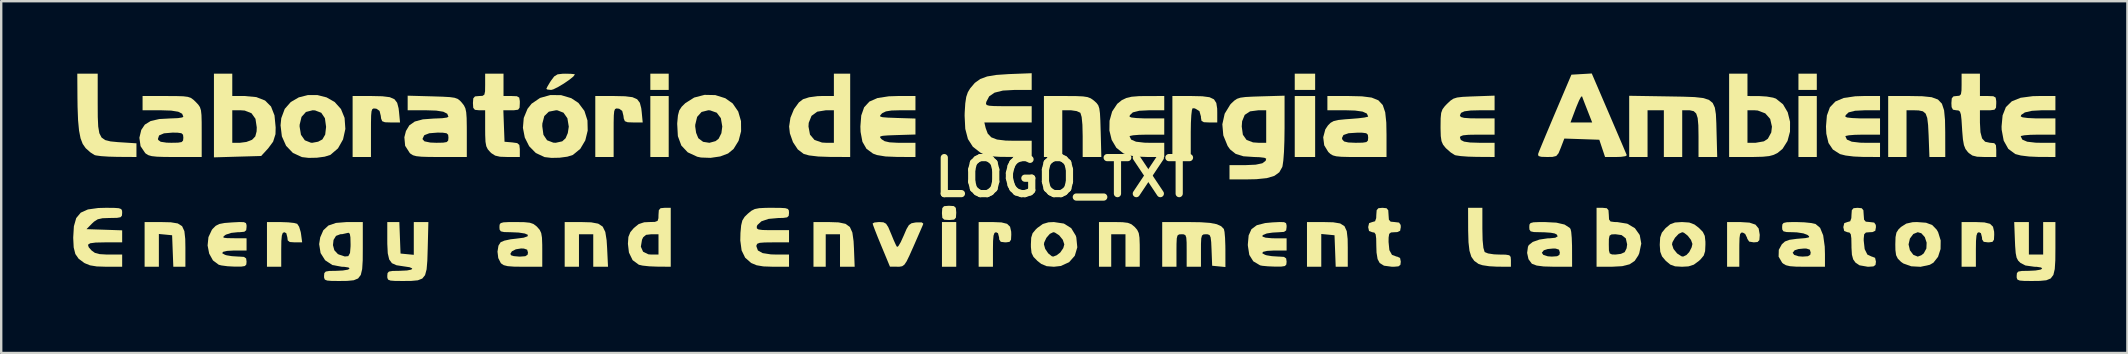
<source format=kicad_pcb>
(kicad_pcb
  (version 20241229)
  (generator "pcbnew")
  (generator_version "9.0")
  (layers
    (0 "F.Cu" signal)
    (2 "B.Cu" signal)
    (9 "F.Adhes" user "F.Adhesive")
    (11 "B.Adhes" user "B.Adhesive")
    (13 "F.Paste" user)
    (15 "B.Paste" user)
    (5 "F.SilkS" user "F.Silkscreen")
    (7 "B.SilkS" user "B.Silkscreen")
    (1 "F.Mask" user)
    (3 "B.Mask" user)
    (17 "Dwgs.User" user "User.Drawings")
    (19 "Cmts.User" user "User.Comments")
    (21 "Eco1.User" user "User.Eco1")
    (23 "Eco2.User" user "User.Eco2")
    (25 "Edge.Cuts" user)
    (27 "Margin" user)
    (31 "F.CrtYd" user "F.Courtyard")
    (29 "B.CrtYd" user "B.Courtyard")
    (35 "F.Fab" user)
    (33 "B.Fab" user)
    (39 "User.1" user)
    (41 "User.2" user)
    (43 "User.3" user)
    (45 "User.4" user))
  (footprint "LOGO_TXT"
    (layer "F.Cu")
    (at 41.286 4.337)
    (property "Reference" "LOGO_TXT" (at 0 0 0) (layer "F.SilkS") (effects (font (size 1.5 1.5) (thickness 0.3))))
    (attr board_only exclude_from_pos_files exclude_from_bom)
    (fp_poly (pts (xy -16.48 -3.979) (xy -16.48 -3.641) (xy -16.863 -3.641) (xy -17.245 -3.641) (xy -17.245 -3.979) (xy -17.245 -4.318) (xy -16.863 -4.318) (xy -16.48 -4.318)) (stroke (width 0) (type solid)) (fill yes) (layer "F.SilkS"))
    (fp_poly (pts (xy -16.48 -2.117) (xy -16.48 -0.847) (xy -16.863 -0.847) (xy -17.245 -0.847) (xy -17.245 -2.117) (xy -17.245 -3.387) (xy -16.863 -3.387) (xy -16.48 -3.387)) (stroke (width 0) (type solid)) (fill yes) (layer "F.SilkS"))
    (fp_poly (pts (xy -4.502 2.794) (xy -4.502 3.725) (xy -4.8 3.725) (xy -5.097 3.725) (xy -5.097 2.794) (xy -5.097 1.863) (xy -4.8 1.863) (xy -4.502 1.863)) (stroke (width 0) (type solid)) (fill yes) (layer "F.SilkS"))
    (fp_poly (pts (xy 10.449 -3.979) (xy 10.449 -3.641) (xy 10.024 -3.641) (xy 9.599 -3.641) (xy 9.599 -3.979) (xy 9.599 -4.318) (xy 10.024 -4.318) (xy 10.449 -4.318)) (stroke (width 0) (type solid)) (fill yes) (layer "F.SilkS"))
    (fp_poly (pts (xy 10.449 -2.117) (xy 10.449 -0.847) (xy 10.024 -0.847) (xy 9.599 -0.847) (xy 9.599 -2.117) (xy 9.599 -3.387) (xy 10.024 -3.387) (xy 10.449 -3.387)) (stroke (width 0) (type solid)) (fill yes) (layer "F.SilkS"))
    (fp_poly (pts (xy 31.346 -3.979) (xy 31.346 -3.641) (xy 30.964 -3.641) (xy 30.582 -3.641) (xy 30.582 -3.979) (xy 30.582 -4.318) (xy 30.964 -4.318) (xy 31.346 -4.318)) (stroke (width 0) (type solid)) (fill yes) (layer "F.SilkS"))
    (fp_poly (pts (xy 31.346 -2.117) (xy 31.346 -0.847) (xy 30.964 -0.847) (xy 30.582 -0.847) (xy 30.582 -2.117) (xy 30.582 -3.387) (xy 30.964 -3.387) (xy 31.346 -3.387)) (stroke (width 0) (type solid)) (fill yes) (layer "F.SilkS"))
    (fp_poly (pts (xy -4.6 1.198) (xy -4.519 1.272) (xy -4.502 1.459) (xy -4.502 1.482) (xy -4.515 1.68) (xy -4.59 1.762) (xy -4.777 1.778) (xy -4.8 1.778) (xy -4.999 1.765) (xy -5.081 1.691) (xy -5.097 1.504) (xy -5.097 1.482) (xy -5.084 1.283) (xy -5.01 1.202) (xy -4.822 1.185) (xy -4.8 1.185)) (stroke (width 0) (type solid)) (fill yes) (layer "F.SilkS"))
    (fp_poly (pts (xy -20.556 -4.312) (xy -20.411 -4.297) (xy -20.388 -4.287) (xy -20.455 -4.197) (xy -20.626 -4.059) (xy -20.852 -3.904) (xy -21.088 -3.763) (xy -21.285 -3.666) (xy -21.379 -3.641) (xy -21.532 -3.657) (xy -21.577 -3.684) (xy -21.535 -3.776) (xy -21.43 -3.953) (xy -21.386 -4.022) (xy -21.25 -4.203) (xy -21.109 -4.29) (xy -20.891 -4.316) (xy -20.791 -4.317)) (stroke (width 0) (type solid)) (fill yes) (layer "F.SilkS"))
    (fp_poly (pts (xy -37.222 1.873) (xy -36.93 1.921) (xy -36.75 2.035) (xy -36.655 2.243) (xy -36.619 2.57) (xy -36.613 2.926) (xy -36.613 3.725) (xy -36.865 3.725) (xy -37.116 3.725) (xy -37.141 3.069) (xy -37.166 2.413) (xy -37.442 2.386) (xy -37.718 2.36) (xy -37.718 3.043) (xy -37.718 3.725) (xy -38.015 3.725) (xy -38.312 3.725) (xy -38.312 2.794) (xy -38.312 1.863) (xy -37.652 1.863)) (stroke (width 0) (type solid)) (fill yes) (layer "F.SilkS"))
    (fp_poly (pts (xy -19.712 1.875) (xy -19.417 1.93) (xy -19.229 2.054) (xy -19.121 2.275) (xy -19.066 2.619) (xy -19.045 2.951) (xy -19.008 3.725) (xy -19.316 3.725) (xy -19.623 3.725) (xy -19.623 3.048) (xy -19.623 2.371) (xy -19.921 2.371) (xy -20.218 2.371) (xy -20.218 3.048) (xy -20.218 3.725) (xy -20.515 3.725) (xy -20.813 3.725) (xy -20.813 2.794) (xy -20.813 1.863) (xy -20.143 1.863)) (stroke (width 0) (type solid)) (fill yes) (layer "F.SilkS"))
    (fp_poly (pts (xy -9.403 1.877) (xy -9.116 1.937) (xy -8.933 2.069) (xy -8.829 2.3) (xy -8.779 2.657) (xy -8.763 2.956) (xy -8.733 3.725) (xy -9.039 3.725) (xy -9.344 3.725) (xy -9.344 3.048) (xy -9.344 2.371) (xy -9.642 2.371) (xy -9.939 2.371) (xy -9.939 3.048) (xy -9.939 3.725) (xy -10.194 3.725) (xy -10.449 3.725) (xy -10.449 2.794) (xy -10.449 1.863) (xy -9.821 1.863)) (stroke (width 0) (type solid)) (fill yes) (layer "F.SilkS"))
    (fp_poly (pts (xy 11.2 1.873) (xy 11.491 1.921) (xy 11.671 2.035) (xy 11.766 2.243) (xy 11.803 2.57) (xy 11.808 2.926) (xy 11.808 3.725) (xy 11.557 3.725) (xy 11.305 3.725) (xy 11.281 3.069) (xy 11.256 2.413) (xy 10.98 2.386) (xy 10.704 2.36) (xy 10.704 3.043) (xy 10.704 3.725) (xy 10.406 3.725) (xy 10.109 3.725) (xy 10.109 2.794) (xy 10.109 1.863) (xy 10.77 1.863)) (stroke (width 0) (type solid)) (fill yes) (layer "F.SilkS"))
    (fp_poly (pts (xy -32.642 1.864) (xy -32.333 1.875) (xy -32.085 1.901) (xy -31.956 1.936) (xy -31.875 2.06) (xy -31.809 2.28) (xy -31.796 2.358) (xy -31.749 2.709) (xy -32.057 2.709) (xy -32.263 2.695) (xy -32.35 2.629) (xy -32.366 2.498) (xy -32.41 2.327) (xy -32.493 2.286) (xy -32.557 2.317) (xy -32.596 2.429) (xy -32.616 2.651) (xy -32.621 3.006) (xy -32.621 3.725) (xy -32.918 3.725) (xy -33.215 3.725) (xy -33.215 2.794) (xy -33.215 1.863)) (stroke (width 0) (type solid)) (fill yes) (layer "F.SilkS"))
    (fp_poly (pts (xy -2.619 1.878) (xy -2.385 1.936) (xy -2.26 2.057) (xy -2.213 2.263) (xy -2.209 2.388) (xy -2.22 2.598) (xy -2.281 2.688) (xy -2.43 2.709) (xy -2.464 2.709) (xy -2.646 2.687) (xy -2.712 2.59) (xy -2.718 2.498) (xy -2.763 2.327) (xy -2.846 2.286) (xy -2.91 2.317) (xy -2.949 2.429) (xy -2.968 2.651) (xy -2.973 3.006) (xy -2.973 3.725) (xy -3.271 3.725) (xy -3.568 3.725) (xy -3.568 2.794) (xy -3.568 1.863) (xy -2.99 1.863)) (stroke (width 0) (type solid)) (fill yes) (layer "F.SilkS"))
    (fp_poly (pts (xy 2.426 1.869) (xy 2.647 1.896) (xy 2.797 1.956) (xy 2.925 2.06) (xy 2.935 2.07) (xy 3.037 2.189) (xy 3.1 2.322) (xy 3.131 2.513) (xy 3.142 2.808) (xy 3.143 3.002) (xy 3.143 3.725) (xy 2.846 3.725) (xy 2.548 3.725) (xy 2.548 3.048) (xy 2.548 2.371) (xy 2.251 2.371) (xy 1.954 2.371) (xy 1.954 3.048) (xy 1.954 3.725) (xy 1.699 3.725) (xy 1.444 3.725) (xy 1.444 2.794) (xy 1.444 1.863) (xy 2.085 1.863)) (stroke (width 0) (type solid)) (fill yes) (layer "F.SilkS"))
    (fp_poly (pts (xy 28.542 1.887) (xy 28.791 1.97) (xy 28.924 2.131) (xy 28.968 2.385) (xy 28.968 2.419) (xy 28.953 2.616) (xy 28.878 2.695) (xy 28.719 2.709) (xy 28.529 2.677) (xy 28.45 2.558) (xy 28.443 2.52) (xy 28.363 2.358) (xy 28.267 2.302) (xy 28.195 2.305) (xy 28.15 2.37) (xy 28.127 2.528) (xy 28.119 2.808) (xy 28.118 2.999) (xy 28.118 3.725) (xy 27.864 3.725) (xy 27.609 3.725) (xy 27.609 2.794) (xy 27.609 1.863) (xy 28.155 1.863)) (stroke (width 0) (type solid)) (fill yes) (layer "F.SilkS"))
    (fp_poly (pts (xy 38.327 1.878) (xy 38.561 1.936) (xy 38.686 2.057) (xy 38.733 2.263) (xy 38.737 2.388) (xy 38.726 2.598) (xy 38.665 2.688) (xy 38.516 2.709) (xy 38.482 2.709) (xy 38.3 2.687) (xy 38.234 2.59) (xy 38.227 2.498) (xy 38.183 2.327) (xy 38.1 2.286) (xy 38.036 2.317) (xy 37.997 2.429) (xy 37.978 2.651) (xy 37.973 3.006) (xy 37.973 3.725) (xy 37.675 3.725) (xy 37.378 3.725) (xy 37.378 2.794) (xy 37.378 1.863) (xy 37.956 1.863)) (stroke (width 0) (type solid)) (fill yes) (layer "F.SilkS"))
    (fp_poly (pts (xy 35.745 -3.378) (xy 36.129 -3.338) (xy 36.393 -3.241) (xy 36.558 -3.067) (xy 36.649 -2.791) (xy 36.687 -2.391) (xy 36.696 -1.884) (xy 36.698 -0.847) (xy 36.368 -0.847) (xy 36.038 -0.847) (xy 36.005 -1.74) (xy 35.983 -2.177) (xy 35.947 -2.473) (xy 35.88 -2.655) (xy 35.766 -2.75) (xy 35.589 -2.787) (xy 35.403 -2.793) (xy 35.084 -2.794) (xy 35.084 -1.82) (xy 35.084 -0.847) (xy 34.702 -0.847) (xy 34.32 -0.847) (xy 34.32 -2.117) (xy 34.32 -3.387) (xy 35.217 -3.387)) (stroke (width 0) (type solid)) (fill yes) (layer "F.SilkS"))
    (fp_poly (pts (xy 5.747 -3.377) (xy 6.049 -3.337) (xy 6.234 -3.249) (xy 6.332 -3.097) (xy 6.368 -2.862) (xy 6.371 -2.703) (xy 6.371 -2.286) (xy 6.031 -2.286) (xy 5.813 -2.296) (xy 5.716 -2.351) (xy 5.692 -2.484) (xy 5.692 -2.531) (xy 5.628 -2.759) (xy 5.443 -2.87) (xy 5.345 -2.879) (xy 5.315 -2.799) (xy 5.29 -2.583) (xy 5.273 -2.263) (xy 5.267 -1.87) (xy 5.267 -1.863) (xy 5.267 -0.847) (xy 4.885 -0.847) (xy 4.502 -0.847) (xy 4.502 -2.117) (xy 4.502 -3.387) (xy 5.303 -3.387)) (stroke (width 0) (type solid)) (fill yes) (layer "F.SilkS"))
    (fp_poly (pts (xy -28.408 -3.377) (xy -28.1 -3.339) (xy -27.904 -3.253) (xy -27.791 -3.105) (xy -27.732 -2.877) (xy -27.714 -2.724) (xy -27.672 -2.286) (xy -28.06 -2.286) (xy -28.298 -2.294) (xy -28.415 -2.338) (xy -28.461 -2.451) (xy -28.474 -2.561) (xy -28.525 -2.767) (xy -28.646 -2.854) (xy -28.692 -2.863) (xy -28.772 -2.869) (xy -28.826 -2.841) (xy -28.859 -2.752) (xy -28.876 -2.575) (xy -28.882 -2.282) (xy -28.883 -1.869) (xy -28.883 -0.847) (xy -29.265 -0.847) (xy -29.647 -0.847) (xy -29.647 -2.117) (xy -29.647 -3.387) (xy -28.857 -3.387)) (stroke (width 0) (type solid)) (fill yes) (layer "F.SilkS"))
    (fp_poly (pts (xy -18.299 -3.377) (xy -17.991 -3.339) (xy -17.795 -3.253) (xy -17.682 -3.105) (xy -17.623 -2.877) (xy -17.605 -2.724) (xy -17.563 -2.286) (xy -17.951 -2.286) (xy -18.189 -2.294) (xy -18.306 -2.338) (xy -18.352 -2.451) (xy -18.365 -2.561) (xy -18.416 -2.767) (xy -18.537 -2.854) (xy -18.583 -2.863) (xy -18.663 -2.869) (xy -18.717 -2.841) (xy -18.75 -2.752) (xy -18.767 -2.575) (xy -18.773 -2.282) (xy -18.774 -1.869) (xy -18.774 -0.847) (xy -19.156 -0.847) (xy -19.538 -0.847) (xy -19.538 -2.117) (xy -19.538 -3.387) (xy -18.748 -3.387)) (stroke (width 0) (type solid)) (fill yes) (layer "F.SilkS"))
    (fp_poly (pts (xy 17.415 2.142) (xy 17.425 2.613) (xy 17.457 2.937) (xy 17.508 3.105) (xy 17.517 3.116) (xy 17.653 3.171) (xy 17.898 3.208) (xy 18.111 3.217) (xy 18.387 3.221) (xy 18.535 3.246) (xy 18.593 3.313) (xy 18.604 3.444) (xy 18.604 3.471) (xy 18.604 3.725) (xy 18.031 3.722) (xy 17.703 3.704) (xy 17.418 3.661) (xy 17.254 3.607) (xy 17.077 3.48) (xy 16.955 3.308) (xy 16.878 3.061) (xy 16.837 2.708) (xy 16.823 2.219) (xy 16.823 2.18) (xy 16.82 1.27) (xy 17.117 1.27) (xy 17.415 1.27)) (stroke (width 0) (type solid)) (fill yes) (layer "F.SilkS"))
    (fp_poly (pts (xy -40.266 -3.061) (xy -40.263 -2.516) (xy -40.245 -2.117) (xy -40.198 -1.839) (xy -40.106 -1.659) (xy -39.955 -1.552) (xy -39.731 -1.496) (xy -39.419 -1.466) (xy -39.29 -1.458) (xy -38.652 -1.417) (xy -38.652 -1.132) (xy -38.652 -0.847) (xy -39.438 -0.852) (xy -39.805 -0.862) (xy -40.123 -0.883) (xy -40.341 -0.913) (xy -40.394 -0.927) (xy -40.568 -1.037) (xy -40.76 -1.208) (xy -40.77 -1.219) (xy -40.89 -1.39) (xy -40.98 -1.625) (xy -41.043 -1.946) (xy -41.084 -2.377) (xy -41.105 -2.942) (xy -41.11 -3.323) (xy -41.116 -4.318) (xy -40.691 -4.318) (xy -40.266 -4.318)) (stroke (width 0) (type solid)) (fill yes) (layer "F.SilkS"))
    (fp_poly (pts (xy 0.496 -3.384) (xy 0.779 -3.371) (xy 0.969 -3.342) (xy 1.104 -3.289) (xy 1.221 -3.206) (xy 1.248 -3.183) (xy 1.347 -3.092) (xy 1.415 -2.998) (xy 1.458 -2.868) (xy 1.485 -2.668) (xy 1.501 -2.366) (xy 1.514 -1.929) (xy 1.515 -1.913) (xy 1.543 -0.847) (xy 1.154 -0.847) (xy 0.765 -0.847) (xy 0.765 -1.719) (xy 0.754 -2.189) (xy 0.722 -2.514) (xy 0.671 -2.682) (xy 0.663 -2.692) (xy 0.515 -2.759) (xy 0.284 -2.793) (xy 0.238 -2.794) (xy -0.085 -2.794) (xy -0.085 -1.82) (xy -0.085 -0.847) (xy -0.467 -0.847) (xy -0.849 -0.847) (xy -0.849 -2.117) (xy -0.849 -3.387) (xy 0.08 -3.387)) (stroke (width 0) (type solid)) (fill yes) (layer "F.SilkS"))
    (fp_poly (pts (xy -34.66 -3.852) (xy -34.66 -3.387) (xy -34.146 -3.387) (xy -33.659 -3.342) (xy -33.295 -3.2) (xy -33.046 -2.95) (xy -32.901 -2.58) (xy -32.853 -2.078) (xy -32.86 -1.798) (xy -32.959 -1.485) (xy -33.166 -1.205) (xy -33.457 -0.889) (xy -34.44 -0.861) (xy -35.424 -0.832) (xy -35.424 -2.575) (xy -35.424 -2.794) (xy -34.66 -2.794) (xy -34.66 -2.117) (xy -34.66 -1.439) (xy -34.339 -1.439) (xy -34.071 -1.474) (xy -33.846 -1.56) (xy -33.829 -1.571) (xy -33.701 -1.706) (xy -33.647 -1.911) (xy -33.64 -2.079) (xy -33.694 -2.438) (xy -33.859 -2.669) (xy -34.141 -2.781) (xy -34.32 -2.794) (xy -34.66 -2.794) (xy -35.424 -2.794) (xy -35.424 -4.318) (xy -35.042 -4.318) (xy -34.66 -4.318)) (stroke (width 0) (type solid)) (fill yes) (layer "F.SilkS"))
    (fp_poly (pts (xy 25.143 -3.371) (xy 25.773 -3.36) (xy 26.255 -3.343) (xy 26.607 -3.304) (xy 26.852 -3.227) (xy 27.009 -3.099) (xy 27.099 -2.904) (xy 27.143 -2.628) (xy 27.161 -2.255) (xy 27.17 -1.903) (xy 27.198 -0.847) (xy 26.809 -0.847) (xy 26.419 -0.847) (xy 26.419 -1.719) (xy 26.412 -2.165) (xy 26.384 -2.47) (xy 26.323 -2.658) (xy 26.219 -2.756) (xy 26.06 -2.792) (xy 25.978 -2.794) (xy 25.74 -2.794) (xy 25.74 -1.82) (xy 25.74 -0.847) (xy 25.358 -0.847) (xy 24.975 -0.847) (xy 24.975 -1.82) (xy 24.975 -2.794) (xy 24.635 -2.794) (xy 24.296 -2.794) (xy 24.296 -1.82) (xy 24.296 -0.847) (xy 23.913 -0.847) (xy 23.531 -0.847) (xy 23.531 -2.122) (xy 23.531 -3.397)) (stroke (width 0) (type solid)) (fill yes) (layer "F.SilkS"))
    (fp_poly (pts (xy -8.92 -2.582) (xy -8.92 -0.847) (xy -9.748 -0.85) (xy -10.248 -0.867) (xy -10.634 -0.913) (xy -10.855 -0.974) (xy -11.102 -1.162) (xy -11.303 -1.465) (xy -11.432 -1.832) (xy -11.464 -2.117) (xy -10.657 -2.117) (xy -10.594 -1.779) (xy -10.406 -1.557) (xy -10.094 -1.449) (xy -9.93 -1.439) (xy -9.599 -1.439) (xy -9.599 -2.117) (xy -9.599 -2.794) (xy -9.93 -2.794) (xy -10.292 -2.735) (xy -10.531 -2.56) (xy -10.647 -2.27) (xy -10.657 -2.117) (xy -11.464 -2.117) (xy -11.409 -2.481) (xy -11.263 -2.836) (xy -11.056 -3.122) (xy -10.884 -3.254) (xy -10.63 -3.335) (xy -10.283 -3.381) (xy -10.113 -3.387) (xy -9.599 -3.387) (xy -9.599 -3.852) (xy -9.599 -4.318) (xy -9.26 -4.318) (xy -8.92 -4.318)) (stroke (width 0) (type solid)) (fill yes) (layer "F.SilkS"))
    (fp_poly (pts (xy -16.395 2.498) (xy -16.395 3.725) (xy -16.969 3.72) (xy -17.292 3.707) (xy -17.568 3.677) (xy -17.724 3.641) (xy -17.983 3.45) (xy -18.136 3.134) (xy -18.165 2.89) (xy -17.64 2.89) (xy -17.547 3.099) (xy -17.327 3.207) (xy -17.204 3.217) (xy -16.905 3.217) (xy -16.905 2.794) (xy -16.905 2.371) (xy -17.204 2.371) (xy -17.423 2.396) (xy -17.543 2.497) (xy -17.592 2.601) (xy -17.64 2.89) (xy -18.165 2.89) (xy -18.179 2.769) (xy -18.159 2.482) (xy -18.077 2.281) (xy -17.931 2.11) (xy -17.725 1.944) (xy -17.501 1.873) (xy -17.294 1.863) (xy -17.056 1.857) (xy -16.943 1.815) (xy -16.908 1.704) (xy -16.905 1.566) (xy -16.891 1.367) (xy -16.819 1.286) (xy -16.65 1.27) (xy -16.395 1.27)) (stroke (width 0) (type solid)) (fill yes) (layer "F.SilkS"))
    (fp_poly (pts (xy 28.458 -3.852) (xy 28.458 -3.387) (xy 28.947 -3.385) (xy 29.257 -3.366) (xy 29.527 -3.319) (xy 29.645 -3.278) (xy 29.938 -3.043) (xy 30.135 -2.708) (xy 30.232 -2.315) (xy 30.23 -1.903) (xy 30.126 -1.514) (xy 29.92 -1.187) (xy 29.716 -1.018) (xy 29.553 -0.937) (xy 29.361 -0.885) (xy 29.097 -0.858) (xy 28.718 -0.848) (xy 28.564 -0.847) (xy 27.694 -0.847) (xy 27.694 -1.439) (xy 28.458 -1.439) (xy 28.798 -1.439) (xy 29.142 -1.499) (xy 29.308 -1.609) (xy 29.449 -1.868) (xy 29.478 -2.111) (xy 29.404 -2.433) (xy 29.199 -2.665) (xy 28.887 -2.783) (xy 28.744 -2.794) (xy 28.458 -2.794) (xy 28.458 -2.117) (xy 28.458 -1.439) (xy 27.694 -1.439) (xy 27.694 -2.582) (xy 27.694 -4.318) (xy 28.076 -4.318) (xy 28.458 -4.318)) (stroke (width 0) (type solid)) (fill yes) (layer "F.SilkS"))
    (fp_poly (pts (xy -7.535 1.874) (xy -7.425 1.933) (xy -7.333 2.076) (xy -7.221 2.341) (xy -7.217 2.349) (xy -7.107 2.617) (xy -7.015 2.819) (xy -6.968 2.901) (xy -6.911 2.863) (xy -6.815 2.701) (xy -6.7 2.449) (xy -6.694 2.436) (xy -6.572 2.153) (xy -6.475 1.991) (xy -6.367 1.914) (xy -6.212 1.883) (xy -6.158 1.878) (xy -5.947 1.876) (xy -5.877 1.922) (xy -5.884 1.963) (xy -5.935 2.083) (xy -6.039 2.321) (xy -6.177 2.638) (xy -6.292 2.9) (xy -6.455 3.265) (xy -6.571 3.503) (xy -6.664 3.64) (xy -6.755 3.704) (xy -6.867 3.723) (xy -6.959 3.723) (xy -7.263 3.721) (xy -7.624 2.852) (xy -7.77 2.497) (xy -7.887 2.2) (xy -7.963 1.997) (xy -7.985 1.922) (xy -7.911 1.882) (xy -7.728 1.863) (xy -7.698 1.863)) (stroke (width 0) (type solid)) (fill yes) (layer "F.SilkS"))
    (fp_poly (pts (xy 35.897 1.891) (xy 36.155 1.988) (xy 36.337 2.176) (xy 36.4 2.284) (xy 36.507 2.629) (xy 36.502 2.987) (xy 36.397 3.312) (xy 36.204 3.556) (xy 36.052 3.644) (xy 35.669 3.727) (xy 35.281 3.706) (xy 34.952 3.589) (xy 34.855 3.521) (xy 34.721 3.387) (xy 34.649 3.242) (xy 34.621 3.027) (xy 34.617 2.794) (xy 35.169 2.794) (xy 35.226 3.04) (xy 35.368 3.228) (xy 35.552 3.302) (xy 35.701 3.246) (xy 35.8 3.169) (xy 35.911 2.965) (xy 35.922 2.721) (xy 35.846 2.491) (xy 35.701 2.33) (xy 35.552 2.286) (xy 35.366 2.361) (xy 35.225 2.55) (xy 35.169 2.794) (xy 34.617 2.794) (xy 34.626 2.492) (xy 34.664 2.302) (xy 34.751 2.166) (xy 34.855 2.067) (xy 35.072 1.928) (xy 35.336 1.869) (xy 35.519 1.863)) (stroke (width 0) (type solid)) (fill yes) (layer "F.SilkS"))
    (fp_poly (pts (xy -27.676 2.519) (xy -27.651 3.175) (xy -27.375 3.202) (xy -27.099 3.228) (xy -27.099 2.545) (xy -27.099 1.863) (xy -26.795 1.863) (xy -26.491 1.863) (xy -26.519 2.97) (xy -26.535 3.475) (xy -26.565 3.834) (xy -26.629 4.074) (xy -26.745 4.217) (xy -26.931 4.29) (xy -27.206 4.315) (xy -27.54 4.318) (xy -27.872 4.316) (xy -28.069 4.301) (xy -28.167 4.263) (xy -28.2 4.19) (xy -28.203 4.106) (xy -28.192 3.989) (xy -28.133 3.925) (xy -27.985 3.9) (xy -27.708 3.895) (xy -27.699 3.895) (xy -27.382 3.88) (xy -27.2 3.844) (xy -27.161 3.795) (xy -27.273 3.745) (xy -27.54 3.705) (xy -27.82 3.662) (xy -28.009 3.577) (xy -28.124 3.42) (xy -28.183 3.164) (xy -28.202 2.778) (xy -28.203 2.608) (xy -28.203 1.863) (xy -27.952 1.863) (xy -27.701 1.863)) (stroke (width 0) (type solid)) (fill yes) (layer "F.SilkS"))
    (fp_poly (pts (xy -0.018 1.926) (xy 0.287 2.116) (xy 0.478 2.43) (xy 0.5 2.502) (xy 0.541 2.916) (xy 0.436 3.268) (xy 0.2 3.535) (xy -0.147 3.693) (xy -0.435 3.725) (xy -0.736 3.701) (xy -0.959 3.608) (xy -1.119 3.483) (xy -1.284 3.315) (xy -1.365 3.148) (xy -1.391 2.91) (xy -1.392 2.794) (xy -0.849 2.794) (xy -0.796 2.981) (xy -0.67 3.167) (xy -0.522 3.287) (xy -0.462 3.302) (xy -0.316 3.246) (xy -0.17 3.133) (xy -0.043 2.948) (xy 0 2.794) (xy -0.063 2.602) (xy -0.214 2.416) (xy -0.394 2.299) (xy -0.462 2.286) (xy -0.605 2.356) (xy -0.747 2.521) (xy -0.838 2.716) (xy -0.849 2.794) (xy -1.392 2.794) (xy -1.379 2.513) (xy -1.321 2.329) (xy -1.189 2.17) (xy -1.119 2.105) (xy -0.897 1.944) (xy -0.661 1.874) (xy -0.435 1.863)) (stroke (width 0) (type solid)) (fill yes) (layer "F.SilkS"))
    (fp_poly (pts (xy 22.598 1.287) (xy 22.668 1.37) (xy 22.682 1.566) (xy 22.692 1.755) (xy 22.754 1.84) (xy 22.918 1.862) (xy 23.026 1.863) (xy 23.45 1.931) (xy 23.769 2.119) (xy 23.97 2.403) (xy 24.035 2.759) (xy 23.95 3.163) (xy 23.909 3.256) (xy 23.761 3.48) (xy 23.548 3.623) (xy 23.239 3.701) (xy 22.799 3.725) (xy 22.763 3.725) (xy 22.172 3.725) (xy 22.172 2.794) (xy 22.682 2.794) (xy 22.687 3.045) (xy 22.721 3.169) (xy 22.813 3.212) (xy 22.962 3.217) (xy 23.187 3.188) (xy 23.342 3.118) (xy 23.344 3.116) (xy 23.423 2.957) (xy 23.446 2.794) (xy 23.39 2.543) (xy 23.215 2.406) (xy 22.962 2.371) (xy 22.796 2.378) (xy 22.713 2.43) (xy 22.685 2.569) (xy 22.682 2.794) (xy 22.172 2.794) (xy 22.172 2.498) (xy 22.172 1.27) (xy 22.427 1.27)) (stroke (width 0) (type solid)) (fill yes) (layer "F.SilkS"))
    (fp_poly (pts (xy 4.163 -3.09) (xy 4.163 -2.794) (xy 3.542 -2.794) (xy 3.122 -2.773) (xy 2.855 -2.706) (xy 2.731 -2.59) (xy 2.718 -2.523) (xy 2.797 -2.492) (xy 3.006 -2.469) (xy 3.307 -2.456) (xy 3.44 -2.455) (xy 4.163 -2.455) (xy 4.163 -2.117) (xy 4.163 -1.778) (xy 3.44 -1.778) (xy 3.114 -1.771) (xy 2.865 -1.751) (xy 2.731 -1.723) (xy 2.718 -1.71) (xy 2.784 -1.572) (xy 2.987 -1.484) (xy 3.339 -1.443) (xy 3.542 -1.439) (xy 4.163 -1.439) (xy 4.163 -1.143) (xy 4.163 -0.847) (xy 3.462 -0.847) (xy 2.993 -0.865) (xy 2.652 -0.924) (xy 2.464 -0.995) (xy 2.169 -1.229) (xy 1.973 -1.56) (xy 1.878 -1.95) (xy 1.884 -2.357) (xy 1.992 -2.741) (xy 2.205 -3.062) (xy 2.395 -3.215) (xy 2.579 -3.304) (xy 2.802 -3.357) (xy 3.112 -3.382) (xy 3.419 -3.386) (xy 4.163 -3.387)) (stroke (width 0) (type solid)) (fill yes) (layer "F.SilkS"))
    (fp_poly (pts (xy 33.98 -3.09) (xy 33.98 -2.794) (xy 33.36 -2.794) (xy 32.939 -2.773) (xy 32.672 -2.706) (xy 32.548 -2.59) (xy 32.536 -2.523) (xy 32.614 -2.492) (xy 32.824 -2.469) (xy 33.125 -2.456) (xy 33.258 -2.455) (xy 33.98 -2.455) (xy 33.98 -2.117) (xy 33.98 -1.778) (xy 33.258 -1.778) (xy 32.932 -1.771) (xy 32.682 -1.751) (xy 32.548 -1.723) (xy 32.536 -1.71) (xy 32.601 -1.572) (xy 32.804 -1.484) (xy 33.156 -1.443) (xy 33.36 -1.439) (xy 33.98 -1.439) (xy 33.98 -1.143) (xy 33.98 -0.847) (xy 33.279 -0.85) (xy 32.887 -0.867) (xy 32.545 -0.909) (xy 32.313 -0.968) (xy 32.309 -0.97) (xy 32.017 -1.157) (xy 31.833 -1.431) (xy 31.743 -1.817) (xy 31.729 -2.117) (xy 31.767 -2.576) (xy 31.892 -2.919) (xy 32.12 -3.158) (xy 32.467 -3.306) (xy 32.949 -3.376) (xy 33.298 -3.387) (xy 33.98 -3.387)) (stroke (width 0) (type solid)) (fill yes) (layer "F.SilkS"))
    (fp_poly (pts (xy 40.181 2.54) (xy 40.181 3.217) (xy 40.479 3.217) (xy 40.776 3.217) (xy 40.776 2.54) (xy 40.776 1.863) (xy 41.031 1.863) (xy 41.286 1.863) (xy 41.286 2.95) (xy 41.282 3.459) (xy 41.259 3.823) (xy 41.201 4.066) (xy 41.089 4.213) (xy 40.908 4.288) (xy 40.639 4.314) (xy 40.323 4.318) (xy 39.995 4.316) (xy 39.801 4.3) (xy 39.706 4.261) (xy 39.674 4.186) (xy 39.672 4.106) (xy 39.683 3.989) (xy 39.742 3.925) (xy 39.89 3.9) (xy 40.167 3.895) (xy 40.176 3.895) (xy 40.454 3.881) (xy 40.659 3.847) (xy 40.733 3.81) (xy 40.694 3.756) (xy 40.51 3.728) (xy 40.408 3.725) (xy 40.036 3.672) (xy 39.83 3.564) (xy 39.733 3.468) (xy 39.67 3.347) (xy 39.632 3.158) (xy 39.609 2.862) (xy 39.599 2.632) (xy 39.57 1.863) (xy 39.875 1.863) (xy 40.181 1.863)) (stroke (width 0) (type solid)) (fill yes) (layer "F.SilkS"))
    (fp_poly (pts (xy 41.286 -3.09) (xy 41.286 -2.794) (xy 40.728 -2.794) (xy 40.309 -2.771) (xy 40.014 -2.704) (xy 39.86 -2.599) (xy 39.841 -2.537) (xy 39.92 -2.499) (xy 40.133 -2.471) (xy 40.444 -2.456) (xy 40.564 -2.455) (xy 41.286 -2.455) (xy 41.286 -2.117) (xy 41.286 -1.778) (xy 40.564 -1.778) (xy 40.237 -1.771) (xy 39.988 -1.751) (xy 39.854 -1.723) (xy 39.841 -1.71) (xy 39.907 -1.572) (xy 40.11 -1.484) (xy 40.462 -1.443) (xy 40.665 -1.439) (xy 41.286 -1.439) (xy 41.286 -1.143) (xy 41.286 -0.847) (xy 40.585 -0.85) (xy 40.191 -0.867) (xy 39.848 -0.909) (xy 39.616 -0.969) (xy 39.613 -0.971) (xy 39.324 -1.185) (xy 39.132 -1.528) (xy 39.047 -1.982) (xy 39.043 -2.117) (xy 39.086 -2.579) (xy 39.223 -2.925) (xy 39.469 -3.166) (xy 39.837 -3.314) (xy 40.342 -3.381) (xy 40.603 -3.387) (xy 41.286 -3.387)) (stroke (width 0) (type solid)) (fill yes) (layer "F.SilkS"))
    (fp_poly (pts (xy -31.114 -3.427) (xy -30.732 -3.33) (xy -30.395 -3.137) (xy -30.133 -2.846) (xy -29.982 -2.477) (xy -29.949 -2.015) (xy -30.046 -1.579) (xy -30.256 -1.207) (xy -30.564 -0.942) (xy -30.582 -0.932) (xy -30.812 -0.86) (xy -31.135 -0.817) (xy -31.476 -0.81) (xy -31.76 -0.843) (xy -31.761 -0.844) (xy -32.135 -1.017) (xy -32.418 -1.313) (xy -32.594 -1.706) (xy -32.643 -2.117) (xy -31.856 -2.117) (xy -31.799 -1.773) (xy -31.637 -1.542) (xy -31.384 -1.442) (xy -31.327 -1.439) (xy -31.085 -1.484) (xy -30.907 -1.579) (xy -30.789 -1.781) (xy -30.752 -2.102) (xy -30.801 -2.462) (xy -30.953 -2.689) (xy -31.211 -2.788) (xy -31.312 -2.794) (xy -31.591 -2.723) (xy -31.775 -2.518) (xy -31.854 -2.192) (xy -31.856 -2.117) (xy -32.643 -2.117) (xy -32.649 -2.168) (xy -32.619 -2.465) (xy -32.475 -2.85) (xy -32.221 -3.139) (xy -31.889 -3.331) (xy -31.51 -3.427)) (stroke (width 0) (type solid)) (fill yes) (layer "F.SilkS"))
    (fp_poly (pts (xy -20.964 -3.424) (xy -20.54 -3.298) (xy -20.238 -3.097) (xy -19.991 -2.767) (xy -19.864 -2.37) (xy -19.854 -1.947) (xy -19.955 -1.538) (xy -20.164 -1.186) (xy -20.473 -0.932) (xy -20.703 -0.86) (xy -21.026 -0.817) (xy -21.367 -0.81) (xy -21.651 -0.843) (xy -21.652 -0.844) (xy -22.016 -1.013) (xy -22.293 -1.296) (xy -22.475 -1.658) (xy -22.553 -2.062) (xy -22.547 -2.131) (xy -21.747 -2.131) (xy -21.698 -1.771) (xy -21.546 -1.544) (xy -21.288 -1.445) (xy -21.187 -1.439) (xy -20.915 -1.499) (xy -20.775 -1.628) (xy -20.683 -1.844) (xy -20.643 -2.107) (xy -20.643 -2.117) (xy -20.7 -2.461) (xy -20.862 -2.692) (xy -21.115 -2.791) (xy -21.172 -2.794) (xy -21.474 -2.735) (xy -21.662 -2.553) (xy -21.743 -2.242) (xy -21.747 -2.131) (xy -22.547 -2.131) (xy -22.518 -2.473) (xy -22.361 -2.854) (xy -22.192 -3.067) (xy -21.838 -3.308) (xy -21.413 -3.427)) (stroke (width 0) (type solid)) (fill yes) (layer "F.SilkS"))
    (fp_poly (pts (xy 5.682 1.871) (xy 6.076 1.899) (xy 6.351 1.953) (xy 6.533 2.036) (xy 6.646 2.151) (xy 6.674 2.273) (xy 6.696 2.52) (xy 6.708 2.846) (xy 6.71 2.99) (xy 6.711 3.736) (xy 6.435 3.71) (xy 6.159 3.683) (xy 6.134 3.027) (xy 6.119 2.697) (xy 6.095 2.502) (xy 6.052 2.406) (xy 5.975 2.374) (xy 5.9 2.371) (xy 5.797 2.378) (xy 5.735 2.424) (xy 5.704 2.543) (xy 5.693 2.769) (xy 5.692 3.048) (xy 5.692 3.725) (xy 5.394 3.725) (xy 5.097 3.725) (xy 5.097 3.048) (xy 5.095 2.712) (xy 5.081 2.511) (xy 5.044 2.41) (xy 4.974 2.375) (xy 4.885 2.371) (xy 4.779 2.378) (xy 4.716 2.423) (xy 4.685 2.539) (xy 4.674 2.763) (xy 4.672 3.048) (xy 4.672 3.725) (xy 4.375 3.725) (xy 4.078 3.725) (xy 4.078 2.794) (xy 4.078 1.863) (xy 5.145 1.863)) (stroke (width 0) (type solid)) (fill yes) (layer "F.SilkS"))
    (fp_poly (pts (xy -14.539 -3.426) (xy -14.122 -3.295) (xy -13.816 -3.079) (xy -13.584 -2.742) (xy -13.468 -2.342) (xy -13.464 -1.92) (xy -13.569 -1.52) (xy -13.778 -1.182) (xy -14.007 -0.993) (xy -14.334 -0.87) (xy -14.737 -0.811) (xy -15.134 -0.825) (xy -15.291 -0.858) (xy -15.686 -1.041) (xy -15.953 -1.323) (xy -16.098 -1.715) (xy -16.12 -2.117) (xy -15.376 -2.117) (xy -15.338 -1.854) (xy -15.248 -1.634) (xy -15.244 -1.628) (xy -15.047 -1.479) (xy -14.785 -1.438) (xy -14.528 -1.508) (xy -14.401 -1.607) (xy -14.285 -1.838) (xy -14.248 -2.117) (xy -14.307 -2.464) (xy -14.479 -2.692) (xy -14.756 -2.79) (xy -14.832 -2.794) (xy -15.111 -2.723) (xy -15.295 -2.518) (xy -15.374 -2.192) (xy -15.376 -2.117) (xy -16.12 -2.117) (xy -16.126 -2.225) (xy -16.124 -2.268) (xy -16.095 -2.579) (xy -16.042 -2.782) (xy -15.94 -2.94) (xy -15.789 -3.089) (xy -15.419 -3.323) (xy -14.987 -3.435)) (stroke (width 0) (type solid)) (fill yes) (layer "F.SilkS"))
    (fp_poly (pts (xy -6.201 -3.09) (xy -6.201 -2.794) (xy -6.832 -2.794) (xy -7.195 -2.784) (xy -7.43 -2.747) (xy -7.577 -2.677) (xy -7.612 -2.646) (xy -7.673 -2.576) (xy -7.666 -2.531) (xy -7.567 -2.504) (xy -7.35 -2.487) (xy -6.99 -2.474) (xy -6.981 -2.473) (xy -6.201 -2.449) (xy -6.201 -2.117) (xy -6.201 -1.784) (xy -6.981 -1.76) (xy -7.345 -1.747) (xy -7.564 -1.73) (xy -7.665 -1.703) (xy -7.673 -1.658) (xy -7.614 -1.589) (xy -7.612 -1.587) (xy -7.485 -1.505) (xy -7.282 -1.458) (xy -6.965 -1.44) (xy -6.832 -1.439) (xy -6.201 -1.439) (xy -6.201 -1.143) (xy -6.201 -0.847) (xy -6.945 -0.849) (xy -7.447 -0.869) (xy -7.805 -0.928) (xy -7.968 -0.988) (xy -8.241 -1.188) (xy -8.41 -1.481) (xy -8.487 -1.892) (xy -8.495 -2.117) (xy -8.459 -2.576) (xy -8.339 -2.917) (xy -8.12 -3.155) (xy -7.783 -3.303) (xy -7.313 -3.375) (xy -6.932 -3.387) (xy -6.201 -3.387)) (stroke (width 0) (type solid)) (fill yes) (layer "F.SilkS"))
    (fp_poly (pts (xy -23.361 -3.852) (xy -23.361 -3.387) (xy -23.021 -3.387) (xy -22.804 -3.378) (xy -22.707 -3.322) (xy -22.682 -3.178) (xy -22.682 -3.09) (xy -22.692 -2.901) (xy -22.754 -2.817) (xy -22.919 -2.795) (xy -23.025 -2.794) (xy -23.368 -2.794) (xy -23.344 -2.138) (xy -23.319 -1.482) (xy -23 -1.455) (xy -22.791 -1.426) (xy -22.702 -1.35) (xy -22.682 -1.179) (xy -22.682 -1.138) (xy -22.682 -0.847) (xy -23.195 -0.847) (xy -23.507 -0.858) (xy -23.709 -0.905) (xy -23.863 -1.003) (xy -23.917 -1.054) (xy -24.017 -1.169) (xy -24.079 -1.296) (xy -24.112 -1.48) (xy -24.124 -1.761) (xy -24.126 -2.028) (xy -24.126 -2.794) (xy -24.381 -2.794) (xy -24.552 -2.811) (xy -24.622 -2.894) (xy -24.635 -3.09) (xy -24.621 -3.289) (xy -24.549 -3.371) (xy -24.381 -3.387) (xy -24.235 -3.394) (xy -24.159 -3.446) (xy -24.13 -3.582) (xy -24.126 -3.845) (xy -24.126 -3.852) (xy -24.126 -4.318) (xy -23.743 -4.318) (xy -23.361 -4.318)) (stroke (width 0) (type solid)) (fill yes) (layer "F.SilkS"))
    (fp_poly (pts (xy 13.423 1.287) (xy 13.494 1.37) (xy 13.507 1.566) (xy 13.521 1.765) (xy 13.593 1.847) (xy 13.762 1.863) (xy 13.944 1.885) (xy 14.011 1.982) (xy 14.017 2.074) (xy 13.989 2.226) (xy 13.873 2.281) (xy 13.762 2.286) (xy 13.609 2.296) (xy 13.534 2.355) (xy 13.509 2.509) (xy 13.507 2.692) (xy 13.541 3.033) (xy 13.65 3.231) (xy 13.84 3.301) (xy 13.864 3.302) (xy 13.987 3.362) (xy 14.017 3.514) (xy 14 3.646) (xy 13.92 3.708) (xy 13.729 3.725) (xy 13.648 3.725) (xy 13.317 3.681) (xy 13.138 3.57) (xy 13.05 3.405) (xy 13.006 3.133) (xy 12.997 2.851) (xy 12.992 2.548) (xy 12.97 2.378) (xy 12.919 2.303) (xy 12.828 2.286) (xy 12.827 2.286) (xy 12.694 2.236) (xy 12.658 2.074) (xy 12.697 1.908) (xy 12.827 1.863) (xy 12.945 1.83) (xy 12.992 1.7) (xy 12.997 1.566) (xy 13.012 1.367) (xy 13.084 1.286) (xy 13.252 1.27)) (stroke (width 0) (type solid)) (fill yes) (layer "F.SilkS"))
    (fp_poly (pts (xy 33.217 1.287) (xy 33.287 1.37) (xy 33.3 1.566) (xy 33.315 1.765) (xy 33.387 1.847) (xy 33.555 1.863) (xy 33.737 1.885) (xy 33.804 1.982) (xy 33.81 2.074) (xy 33.783 2.226) (xy 33.666 2.281) (xy 33.555 2.286) (xy 33.393 2.299) (xy 33.32 2.37) (xy 33.301 2.548) (xy 33.3 2.63) (xy 33.34 2.99) (xy 33.453 3.218) (xy 33.634 3.302) (xy 33.643 3.302) (xy 33.774 3.353) (xy 33.81 3.514) (xy 33.791 3.65) (xy 33.704 3.711) (xy 33.5 3.725) (xy 33.47 3.725) (xy 33.126 3.665) (xy 32.961 3.556) (xy 32.862 3.418) (xy 32.809 3.223) (xy 32.791 2.921) (xy 32.791 2.836) (xy 32.785 2.539) (xy 32.762 2.372) (xy 32.708 2.301) (xy 32.621 2.286) (xy 32.488 2.236) (xy 32.451 2.074) (xy 32.491 1.908) (xy 32.621 1.863) (xy 32.738 1.83) (xy 32.785 1.7) (xy 32.791 1.566) (xy 32.805 1.367) (xy 32.877 1.286) (xy 33.045 1.27)) (stroke (width 0) (type solid)) (fill yes) (layer "F.SilkS"))
    (fp_poly (pts (xy 22.688 -2.66) (xy 22.901 -2.164) (xy 23.091 -1.72) (xy 23.249 -1.352) (xy 23.363 -1.083) (xy 23.425 -0.938) (xy 23.432 -0.92) (xy 23.372 -0.88) (xy 23.186 -0.853) (xy 22.993 -0.847) (xy 22.526 -0.847) (xy 22.406 -1.206) (xy 22.286 -1.566) (xy 21.557 -1.591) (xy 20.829 -1.615) (xy 20.682 -1.231) (xy 20.587 -1.002) (xy 20.492 -0.889) (xy 20.337 -0.851) (xy 20.116 -0.847) (xy 19.867 -0.855) (xy 19.753 -0.888) (xy 19.736 -0.962) (xy 19.745 -0.995) (xy 19.791 -1.116) (xy 19.894 -1.366) (xy 20.041 -1.72) (xy 20.222 -2.15) (xy 20.279 -2.286) (xy 21.086 -2.286) (xy 21.538 -2.286) (xy 21.989 -2.286) (xy 21.795 -2.781) (xy 21.687 -3.057) (xy 21.603 -3.276) (xy 21.567 -3.376) (xy 21.524 -3.352) (xy 21.442 -3.199) (xy 21.336 -2.948) (xy 21.31 -2.881) (xy 21.086 -2.286) (xy 20.279 -2.286) (xy 20.425 -2.632) (xy 20.458 -2.709) (xy 21.124 -4.276) (xy 21.548 -4.301) (xy 21.972 -4.326)) (stroke (width 0) (type solid)) (fill yes) (layer "F.SilkS"))
    (fp_poly (pts (xy -39.592 1.272) (xy -39.389 1.286) (xy -39.287 1.322) (xy -39.251 1.391) (xy -39.247 1.482) (xy -39.258 1.599) (xy -39.316 1.662) (xy -39.462 1.688) (xy -39.736 1.693) (xy -39.76 1.693) (xy -40.066 1.704) (xy -40.265 1.748) (xy -40.418 1.845) (xy -40.504 1.926) (xy -40.733 2.159) (xy -39.99 2.183) (xy -39.247 2.208) (xy -39.247 2.459) (xy -39.247 2.709) (xy -39.969 2.709) (xy -40.352 2.717) (xy -40.581 2.747) (xy -40.672 2.809) (xy -40.64 2.913) (xy -40.521 3.048) (xy -40.383 3.147) (xy -40.187 3.199) (xy -39.884 3.217) (xy -39.799 3.217) (xy -39.247 3.217) (xy -39.247 3.471) (xy -39.247 3.725) (xy -39.905 3.725) (xy -40.305 3.712) (xy -40.587 3.666) (xy -40.801 3.579) (xy -40.834 3.56) (xy -41.059 3.393) (xy -41.197 3.195) (xy -41.266 2.922) (xy -41.286 2.529) (xy -41.286 2.507) (xy -41.258 2.037) (xy -41.161 1.698) (xy -40.973 1.472) (xy -40.675 1.338) (xy -40.246 1.278) (xy -39.931 1.27)) (stroke (width 0) (type solid)) (fill yes) (layer "F.SilkS"))
    (fp_poly (pts (xy 9.154 1.868) (xy 9.236 1.908) (xy 9.258 1.994) (xy 9.26 2.065) (xy 9.241 2.211) (xy 9.151 2.273) (xy 8.942 2.287) (xy 8.941 2.287) (xy 8.673 2.302) (xy 8.446 2.336) (xy 8.431 2.339) (xy 8.264 2.406) (xy 8.253 2.467) (xy 8.385 2.514) (xy 8.646 2.538) (xy 8.75 2.54) (xy 9.26 2.54) (xy 9.26 2.794) (xy 9.26 3.048) (xy 8.75 3.048) (xy 8.452 3.064) (xy 8.279 3.104) (xy 8.245 3.162) (xy 8.363 3.228) (xy 8.431 3.249) (xy 8.647 3.284) (xy 8.917 3.301) (xy 8.941 3.301) (xy 9.151 3.315) (xy 9.241 3.378) (xy 9.26 3.514) (xy 9.248 3.633) (xy 9.188 3.695) (xy 9.038 3.718) (xy 8.771 3.719) (xy 8.48 3.707) (xy 8.248 3.685) (xy 8.155 3.666) (xy 7.871 3.497) (xy 7.706 3.231) (xy 7.646 2.846) (xy 7.645 2.794) (xy 7.679 2.42) (xy 7.796 2.16) (xy 8.018 1.995) (xy 8.368 1.905) (xy 8.669 1.877) (xy 8.978 1.862)) (stroke (width 0) (type solid)) (fill yes) (layer "F.SilkS"))
    (fp_poly (pts (xy 26.033 1.883) (xy 26.25 1.965) (xy 26.434 2.105) (xy 26.599 2.273) (xy 26.68 2.44) (xy 26.706 2.678) (xy 26.707 2.794) (xy 26.694 3.075) (xy 26.636 3.259) (xy 26.504 3.418) (xy 26.434 3.483) (xy 26.222 3.639) (xy 25.998 3.71) (xy 25.732 3.725) (xy 25.443 3.708) (xy 25.244 3.636) (xy 25.057 3.481) (xy 25.054 3.478) (xy 24.899 3.294) (xy 24.825 3.1) (xy 24.805 2.821) (xy 24.805 2.794) (xy 25.315 2.794) (xy 25.378 2.986) (xy 25.529 3.172) (xy 25.709 3.289) (xy 25.777 3.302) (xy 25.914 3.238) (xy 26.032 3.114) (xy 26.133 2.916) (xy 26.165 2.775) (xy 26.107 2.611) (xy 25.971 2.433) (xy 25.815 2.309) (xy 25.74 2.286) (xy 25.593 2.354) (xy 25.44 2.515) (xy 25.334 2.702) (xy 25.315 2.794) (xy 24.805 2.794) (xy 24.822 2.505) (xy 24.89 2.308) (xy 25.038 2.126) (xy 25.054 2.11) (xy 25.241 1.954) (xy 25.439 1.881) (xy 25.726 1.863) (xy 25.732 1.863)) (stroke (width 0) (type solid)) (fill yes) (layer "F.SilkS"))
    (fp_poly (pts (xy -34.176 1.868) (xy -34.091 1.906) (xy -34.066 1.987) (xy -34.065 2.065) (xy -34.08 2.203) (xy -34.158 2.267) (xy -34.344 2.285) (xy -34.431 2.286) (xy -34.7 2.314) (xy -34.92 2.385) (xy -34.962 2.41) (xy -35.036 2.478) (xy -35.018 2.515) (xy -34.88 2.532) (xy -34.597 2.537) (xy -34.596 2.537) (xy -34.065 2.54) (xy -34.065 2.794) (xy -34.065 3.048) (xy -34.575 3.048) (xy -34.872 3.064) (xy -35.045 3.104) (xy -35.08 3.162) (xy -34.962 3.228) (xy -34.893 3.249) (xy -34.677 3.284) (xy -34.408 3.301) (xy -34.383 3.301) (xy -34.173 3.315) (xy -34.083 3.378) (xy -34.065 3.514) (xy -34.076 3.633) (xy -34.137 3.695) (xy -34.287 3.719) (xy -34.553 3.72) (xy -34.857 3.704) (xy -35.114 3.67) (xy -35.224 3.641) (xy -35.465 3.461) (xy -35.622 3.177) (xy -35.688 2.838) (xy -35.653 2.492) (xy -35.51 2.187) (xy -35.477 2.146) (xy -35.349 2.019) (xy -35.201 1.944) (xy -34.984 1.902) (xy -34.67 1.878) (xy -34.356 1.862)) (stroke (width 0) (type solid)) (fill yes) (layer "F.SilkS"))
    (fp_poly (pts (xy -1.359 -3.989) (xy -1.359 -3.641) (xy -2.07 -3.641) (xy -2.559 -3.614) (xy -2.906 -3.527) (xy -3.13 -3.373) (xy -3.25 -3.143) (xy -3.252 -3.135) (xy -3.263 -3.061) (xy -3.231 -3.012) (xy -3.13 -2.983) (xy -2.93 -2.969) (xy -2.605 -2.964) (xy -2.328 -2.963) (xy -1.359 -2.963) (xy -1.359 -2.625) (xy -1.359 -2.286) (xy -2.345 -2.286) (xy -3.331 -2.286) (xy -3.276 -2.053) (xy -3.19 -1.822) (xy -3.041 -1.666) (xy -2.802 -1.574) (xy -2.444 -1.531) (xy -2.114 -1.524) (xy -1.359 -1.524) (xy -1.359 -1.185) (xy -1.359 -0.847) (xy -2.272 -0.849) (xy -2.702 -0.854) (xy -3.005 -0.874) (xy -3.223 -0.913) (xy -3.398 -0.978) (xy -3.505 -1.035) (xy -3.811 -1.275) (xy -4.015 -1.595) (xy -4.126 -2.019) (xy -4.153 -2.567) (xy -4.15 -2.69) (xy -4.126 -3.081) (xy -4.085 -3.352) (xy -4.017 -3.549) (xy -3.922 -3.705) (xy -3.728 -3.934) (xy -3.504 -4.095) (xy -3.215 -4.202) (xy -2.828 -4.266) (xy -2.307 -4.301) (xy -2.272 -4.302) (xy -1.359 -4.337)) (stroke (width 0) (type solid)) (fill yes) (layer "F.SilkS"))
    (fp_poly (pts (xy 38.142 -3.852) (xy 38.142 -3.387) (xy 38.482 -3.387) (xy 38.7 -3.378) (xy 38.797 -3.322) (xy 38.821 -3.178) (xy 38.822 -3.09) (xy 38.812 -2.901) (xy 38.748 -2.816) (xy 38.583 -2.795) (xy 38.482 -2.794) (xy 38.142 -2.794) (xy 38.142 -2.28) (xy 38.163 -1.88) (xy 38.231 -1.622) (xy 38.358 -1.483) (xy 38.558 -1.439) (xy 38.57 -1.439) (xy 38.739 -1.423) (xy 38.809 -1.338) (xy 38.822 -1.143) (xy 38.822 -0.847) (xy 38.327 -0.847) (xy 38.023 -0.859) (xy 37.827 -0.908) (xy 37.679 -1.012) (xy 37.637 -1.054) (xy 37.539 -1.182) (xy 37.475 -1.344) (xy 37.433 -1.583) (xy 37.403 -1.94) (xy 37.398 -2.027) (xy 37.375 -2.39) (xy 37.35 -2.615) (xy 37.311 -2.736) (xy 37.25 -2.785) (xy 37.155 -2.794) (xy 37.154 -2.794) (xy 37.018 -2.818) (xy 36.962 -2.924) (xy 36.953 -3.09) (xy 36.969 -3.291) (xy 37.04 -3.373) (xy 37.166 -3.387) (xy 37.287 -3.399) (xy 37.351 -3.463) (xy 37.374 -3.62) (xy 37.378 -3.852) (xy 37.378 -4.318) (xy 37.76 -4.318) (xy 38.142 -4.318)) (stroke (width 0) (type solid)) (fill yes) (layer "F.SilkS"))
    (fp_poly (pts (xy -11.84 1.272) (xy -11.627 1.284) (xy -11.516 1.317) (xy -11.475 1.38) (xy -11.468 1.482) (xy -11.481 1.605) (xy -11.548 1.668) (xy -11.713 1.691) (xy -11.914 1.695) (xy -12.318 1.731) (xy -12.618 1.832) (xy -12.787 1.988) (xy -12.812 2.055) (xy -12.807 2.128) (xy -12.737 2.172) (xy -12.57 2.194) (xy -12.275 2.201) (xy -12.154 2.201) (xy -11.468 2.201) (xy -11.468 2.455) (xy -11.468 2.709) (xy -12.148 2.709) (xy -12.487 2.713) (xy -12.69 2.729) (xy -12.791 2.767) (xy -12.825 2.834) (xy -12.827 2.876) (xy -12.764 3.047) (xy -12.566 3.157) (xy -12.223 3.21) (xy -11.984 3.217) (xy -11.468 3.217) (xy -11.468 3.471) (xy -11.468 3.725) (xy -12.127 3.725) (xy -12.533 3.711) (xy -12.819 3.663) (xy -13.032 3.574) (xy -13.047 3.566) (xy -13.295 3.348) (xy -13.443 3.044) (xy -13.498 2.63) (xy -13.491 2.318) (xy -13.462 2.002) (xy -13.412 1.797) (xy -13.317 1.645) (xy -13.182 1.513) (xy -13.036 1.393) (xy -12.894 1.321) (xy -12.71 1.285) (xy -12.434 1.271) (xy -12.189 1.27)) (stroke (width 0) (type solid)) (fill yes) (layer "F.SilkS"))
    (fp_poly (pts (xy 30.824 1.874) (xy 31.116 1.904) (xy 31.293 1.943) (xy 31.484 2.104) (xy 31.612 2.416) (xy 31.677 2.884) (xy 31.686 3.196) (xy 31.686 3.725) (xy 30.879 3.725) (xy 30.488 3.721) (xy 30.229 3.702) (xy 30.061 3.662) (xy 29.946 3.595) (xy 29.902 3.556) (xy 29.755 3.304) (xy 29.76 3.142) (xy 30.341 3.142) (xy 30.405 3.232) (xy 30.59 3.29) (xy 30.757 3.302) (xy 30.977 3.287) (xy 31.074 3.228) (xy 31.092 3.133) (xy 31.056 3.013) (xy 30.918 2.968) (xy 30.816 2.965) (xy 30.586 2.987) (xy 30.422 3.04) (xy 30.341 3.142) (xy 29.76 3.142) (xy 29.763 3.02) (xy 29.89 2.789) (xy 30.02 2.672) (xy 30.209 2.603) (xy 30.508 2.562) (xy 30.584 2.556) (xy 30.869 2.532) (xy 31.009 2.504) (xy 31.03 2.462) (xy 30.963 2.402) (xy 30.789 2.335) (xy 30.521 2.293) (xy 30.353 2.286) (xy 30.092 2.28) (xy 29.957 2.249) (xy 29.908 2.173) (xy 29.902 2.074) (xy 29.911 1.963) (xy 29.963 1.9) (xy 30.094 1.871) (xy 30.342 1.863) (xy 30.491 1.863)) (stroke (width 0) (type solid)) (fill yes) (layer "F.SilkS"))
    (fp_poly (pts (xy 9.175 -2.052) (xy 9.168 -1.522) (xy 9.151 -1.06) (xy 9.123 -0.697) (xy 9.089 -0.464) (xy 9.078 -0.427) (xy 8.956 -0.211) (xy 8.75 -0.061) (xy 8.436 0.033) (xy 7.994 0.078) (xy 7.648 0.085) (xy 6.881 0.085) (xy 6.881 -0.212) (xy 6.881 -0.508) (xy 7.544 -0.508) (xy 7.972 -0.527) (xy 8.248 -0.585) (xy 8.387 -0.689) (xy 8.41 -0.779) (xy 8.333 -0.815) (xy 8.132 -0.839) (xy 7.904 -0.847) (xy 7.459 -0.877) (xy 7.138 -0.977) (xy 6.906 -1.163) (xy 6.804 -1.306) (xy 6.623 -1.748) (xy 6.591 -2.117) (xy 7.391 -2.117) (xy 7.438 -1.775) (xy 7.59 -1.56) (xy 7.862 -1.455) (xy 8.089 -1.439) (xy 8.41 -1.439) (xy 8.41 -2.117) (xy 8.41 -2.794) (xy 8.089 -2.794) (xy 7.737 -2.748) (xy 7.515 -2.601) (xy 7.407 -2.337) (xy 7.391 -2.117) (xy 6.591 -2.117) (xy 6.583 -2.209) (xy 6.68 -2.65) (xy 6.911 -3.029) (xy 6.961 -3.083) (xy 7.08 -3.195) (xy 7.193 -3.271) (xy 7.336 -3.318) (xy 7.547 -3.346) (xy 7.862 -3.362) (xy 8.199 -3.373) (xy 9.175 -3.401)) (stroke (width 0) (type solid)) (fill yes) (layer "F.SilkS"))
    (fp_poly (pts (xy 17.924 -3.098) (xy 17.924 -2.794) (xy 17.337 -2.794) (xy 16.93 -2.784) (xy 16.668 -2.75) (xy 16.526 -2.685) (xy 16.481 -2.583) (xy 16.48 -2.573) (xy 16.519 -2.513) (xy 16.653 -2.477) (xy 16.91 -2.459) (xy 17.202 -2.455) (xy 17.924 -2.455) (xy 17.924 -2.117) (xy 17.924 -1.778) (xy 17.202 -1.778) (xy 16.835 -1.772) (xy 16.611 -1.75) (xy 16.502 -1.708) (xy 16.48 -1.66) (xy 16.519 -1.555) (xy 16.652 -1.488) (xy 16.904 -1.451) (xy 17.298 -1.439) (xy 17.337 -1.439) (xy 17.924 -1.439) (xy 17.924 -1.143) (xy 17.924 -0.847) (xy 17.181 -0.852) (xy 16.823 -0.862) (xy 16.514 -0.885) (xy 16.307 -0.916) (xy 16.268 -0.927) (xy 16.095 -1.037) (xy 15.901 -1.209) (xy 15.886 -1.225) (xy 15.777 -1.36) (xy 15.713 -1.508) (xy 15.682 -1.718) (xy 15.673 -2.037) (xy 15.673 -2.122) (xy 15.677 -2.462) (xy 15.699 -2.683) (xy 15.754 -2.835) (xy 15.855 -2.97) (xy 15.951 -3.068) (xy 16.085 -3.194) (xy 16.208 -3.276) (xy 16.363 -3.325) (xy 16.592 -3.352) (xy 16.935 -3.368) (xy 17.076 -3.373) (xy 17.924 -3.403)) (stroke (width 0) (type solid)) (fill yes) (layer "F.SilkS"))
    (fp_poly (pts (xy 20.498 1.888) (xy 20.838 1.967) (xy 21.05 2.103) (xy 21.087 2.151) (xy 21.116 2.273) (xy 21.138 2.52) (xy 21.15 2.846) (xy 21.151 2.985) (xy 21.153 3.725) (xy 20.407 3.725) (xy 19.972 3.713) (xy 19.677 3.675) (xy 19.491 3.606) (xy 19.472 3.594) (xy 19.336 3.409) (xy 19.279 3.149) (xy 19.28 3.142) (xy 19.892 3.142) (xy 19.956 3.232) (xy 20.141 3.29) (xy 20.308 3.302) (xy 20.528 3.287) (xy 20.625 3.228) (xy 20.643 3.133) (xy 20.607 3.013) (xy 20.469 2.968) (xy 20.367 2.965) (xy 20.137 2.987) (xy 19.974 3.04) (xy 19.892 3.142) (xy 19.28 3.142) (xy 19.314 2.894) (xy 19.35 2.82) (xy 19.514 2.691) (xy 19.791 2.593) (xy 20.126 2.543) (xy 20.224 2.54) (xy 20.453 2.517) (xy 20.554 2.458) (xy 20.511 2.38) (xy 20.423 2.337) (xy 20.265 2.308) (xy 20.007 2.29) (xy 19.829 2.286) (xy 19.564 2.28) (xy 19.427 2.25) (xy 19.376 2.177) (xy 19.369 2.074) (xy 19.376 1.967) (xy 19.424 1.904) (xy 19.546 1.873) (xy 19.779 1.864) (xy 20.011 1.863)) (stroke (width 0) (type solid)) (fill yes) (layer "F.SilkS"))
    (fp_poly (pts (xy -29.223 2.95) (xy -29.226 3.459) (xy -29.249 3.823) (xy -29.307 4.066) (xy -29.419 4.213) (xy -29.601 4.288) (xy -29.869 4.314) (xy -30.185 4.318) (xy -30.514 4.316) (xy -30.708 4.3) (xy -30.803 4.261) (xy -30.834 4.186) (xy -30.837 4.106) (xy -30.826 3.989) (xy -30.766 3.925) (xy -30.618 3.9) (xy -30.341 3.895) (xy -30.332 3.895) (xy -30.054 3.881) (xy -29.849 3.847) (xy -29.775 3.81) (xy -29.815 3.756) (xy -29.998 3.728) (xy -30.098 3.725) (xy -30.491 3.653) (xy -30.792 3.454) (xy -30.981 3.155) (xy -31.034 2.825) (xy -30.466 2.825) (xy -30.408 3.038) (xy -30.263 3.194) (xy -30.218 3.216) (xy -29.972 3.297) (xy -29.826 3.283) (xy -29.755 3.151) (xy -29.733 2.878) (xy -29.732 2.785) (xy -29.739 2.5) (xy -29.764 2.352) (xy -29.818 2.308) (xy -29.867 2.319) (xy -30.071 2.365) (xy -30.161 2.371) (xy -30.339 2.439) (xy -30.442 2.608) (xy -30.466 2.825) (xy -31.034 2.825) (xy -31.041 2.782) (xy -30.997 2.502) (xy -30.867 2.204) (xy -30.656 2.008) (xy -30.339 1.899) (xy -29.889 1.863) (xy -29.848 1.863) (xy -29.223 1.863)) (stroke (width 0) (type solid)) (fill yes) (layer "F.SilkS"))
    (fp_poly (pts (xy -22.496 1.868) (xy -22.267 1.891) (xy -22.115 1.943) (xy -21.992 2.035) (xy -21.956 2.07) (xy -21.853 2.189) (xy -21.791 2.322) (xy -21.759 2.513) (xy -21.748 2.808) (xy -21.747 3.002) (xy -21.747 3.725) (xy -22.541 3.725) (xy -22.932 3.72) (xy -23.19 3.7) (xy -23.352 3.659) (xy -23.456 3.59) (xy -23.475 3.57) (xy -23.58 3.363) (xy -23.601 3.185) (xy -23.076 3.185) (xy -23.049 3.246) (xy -22.935 3.282) (xy -22.723 3.301) (xy -22.667 3.302) (xy -22.451 3.286) (xy -22.358 3.224) (xy -22.342 3.133) (xy -22.377 3.014) (xy -22.511 2.968) (xy -22.629 2.963) (xy -22.847 2.998) (xy -23.011 3.081) (xy -23.076 3.185) (xy -23.601 3.185) (xy -23.612 3.097) (xy -23.572 2.847) (xy -23.481 2.703) (xy -23.326 2.637) (xy -23.066 2.581) (xy -22.844 2.556) (xy -22.523 2.515) (xy -22.36 2.458) (xy -22.346 2.396) (xy -22.474 2.34) (xy -22.733 2.3) (xy -23.071 2.286) (xy -23.336 2.28) (xy -23.473 2.25) (xy -23.524 2.177) (xy -23.531 2.074) (xy -23.524 1.97) (xy -23.479 1.907) (xy -23.363 1.875) (xy -23.14 1.864) (xy -22.848 1.863)) (stroke (width 0) (type solid)) (fill yes) (layer "F.SilkS"))
    (fp_poly (pts (xy 12.4 -3.374) (xy 12.802 -3.322) (xy 13.083 -3.208) (xy 13.265 -3.011) (xy 13.368 -2.708) (xy 13.413 -2.278) (xy 13.422 -1.774) (xy 13.422 -0.847) (xy 12.314 -0.847) (xy 11.859 -0.848) (xy 11.542 -0.856) (xy 11.329 -0.876) (xy 11.189 -0.913) (xy 11.088 -0.971) (xy 10.997 -1.054) (xy 10.827 -1.334) (xy 10.789 -1.637) (xy 11.566 -1.637) (xy 11.581 -1.575) (xy 11.656 -1.494) (xy 11.829 -1.452) (xy 12.133 -1.439) (xy 12.145 -1.439) (xy 12.429 -1.444) (xy 12.582 -1.468) (xy 12.645 -1.528) (xy 12.658 -1.642) (xy 12.658 -1.651) (xy 12.645 -1.774) (xy 12.578 -1.837) (xy 12.415 -1.859) (xy 12.212 -1.861) (xy 11.841 -1.837) (xy 11.628 -1.763) (xy 11.566 -1.637) (xy 10.789 -1.637) (xy 10.785 -1.668) (xy 10.873 -1.998) (xy 10.982 -2.162) (xy 11.094 -2.273) (xy 11.224 -2.345) (xy 11.416 -2.389) (xy 11.713 -2.419) (xy 11.917 -2.433) (xy 12.248 -2.46) (xy 12.502 -2.491) (xy 12.642 -2.523) (xy 12.658 -2.535) (xy 12.602 -2.657) (xy 12.425 -2.738) (xy 12.11 -2.782) (xy 11.706 -2.794) (xy 10.959 -2.794) (xy 10.959 -3.09) (xy 10.959 -3.387) (xy 11.855 -3.387)) (stroke (width 0) (type solid)) (fill yes) (layer "F.SilkS"))
    (fp_poly (pts (xy -36.991 -3.385) (xy -36.703 -3.376) (xy -36.511 -3.352) (xy -36.381 -3.306) (xy -36.276 -3.23) (xy -36.182 -3.139) (xy -36.078 -3.03) (xy -36.008 -2.926) (xy -35.965 -2.792) (xy -35.943 -2.593) (xy -35.935 -2.295) (xy -35.934 -1.869) (xy -35.934 -0.847) (xy -37.022 -0.847) (xy -37.48 -0.849) (xy -37.801 -0.86) (xy -38.015 -0.883) (xy -38.156 -0.923) (xy -38.256 -0.984) (xy -38.289 -1.012) (xy -38.481 -1.299) (xy -38.523 -1.6) (xy -37.757 -1.6) (xy -37.744 -1.556) (xy -37.642 -1.481) (xy -37.397 -1.444) (xy -37.199 -1.439) (xy -36.92 -1.444) (xy -36.77 -1.469) (xy -36.71 -1.532) (xy -36.698 -1.65) (xy -36.698 -1.651) (xy -36.711 -1.774) (xy -36.778 -1.837) (xy -36.94 -1.86) (xy -37.149 -1.863) (xy -37.505 -1.833) (xy -37.709 -1.745) (xy -37.757 -1.6) (xy -38.523 -1.6) (xy -38.53 -1.648) (xy -38.451 -1.975) (xy -38.303 -2.196) (xy -38.062 -2.344) (xy -37.704 -2.428) (xy -37.207 -2.455) (xy -37.187 -2.455) (xy -36.924 -2.466) (xy -36.747 -2.494) (xy -36.698 -2.523) (xy -36.749 -2.649) (xy -36.912 -2.733) (xy -37.206 -2.78) (xy -37.65 -2.794) (xy -38.397 -2.794) (xy -38.397 -3.09) (xy -38.397 -3.387) (xy -37.414 -3.387)) (stroke (width 0) (type solid)) (fill yes) (layer "F.SilkS"))
    (fp_poly (pts (xy -26.327 -3.373) (xy -25.893 -3.359) (xy -25.596 -3.342) (xy -25.4 -3.314) (xy -25.271 -3.268) (xy -25.177 -3.196) (xy -25.095 -3.107) (xy -25.008 -2.994) (xy -24.95 -2.874) (xy -24.915 -2.711) (xy -24.897 -2.469) (xy -24.891 -2.112) (xy -24.89 -1.858) (xy -24.89 -0.847) (xy -25.995 -0.847) (xy -26.455 -0.849) (xy -26.777 -0.859) (xy -26.992 -0.881) (xy -27.131 -0.919) (xy -27.227 -0.978) (xy -27.267 -1.014) (xy -27.459 -1.314) (xy -27.485 -1.595) (xy -26.738 -1.595) (xy -26.654 -1.499) (xy -26.412 -1.449) (xy -26.16 -1.439) (xy -25.879 -1.444) (xy -25.728 -1.469) (xy -25.667 -1.531) (xy -25.655 -1.647) (xy -25.655 -1.651) (xy -25.667 -1.773) (xy -25.733 -1.836) (xy -25.893 -1.86) (xy -26.112 -1.863) (xy -26.453 -1.836) (xy -26.652 -1.759) (xy -26.671 -1.739) (xy -26.738 -1.595) (xy -27.485 -1.595) (xy -27.492 -1.669) (xy -27.425 -1.93) (xy -27.284 -2.166) (xy -27.058 -2.324) (xy -26.721 -2.415) (xy -26.247 -2.45) (xy -26.186 -2.451) (xy -25.911 -2.463) (xy -25.719 -2.49) (xy -25.655 -2.523) (xy -25.705 -2.649) (xy -25.869 -2.733) (xy -26.163 -2.78) (xy -26.606 -2.794) (xy -27.354 -2.794) (xy -27.354 -3.097) (xy -27.354 -3.401)) (stroke (width 0) (type solid)) (fill yes) (layer "F.SilkS")))
  (gr_rect
    (start -3 -3)
    (end 85.571 11.655)
    (stroke (width 0.1) (type default))
    (fill no)
    (layer "Edge.Cuts")))
</source>
